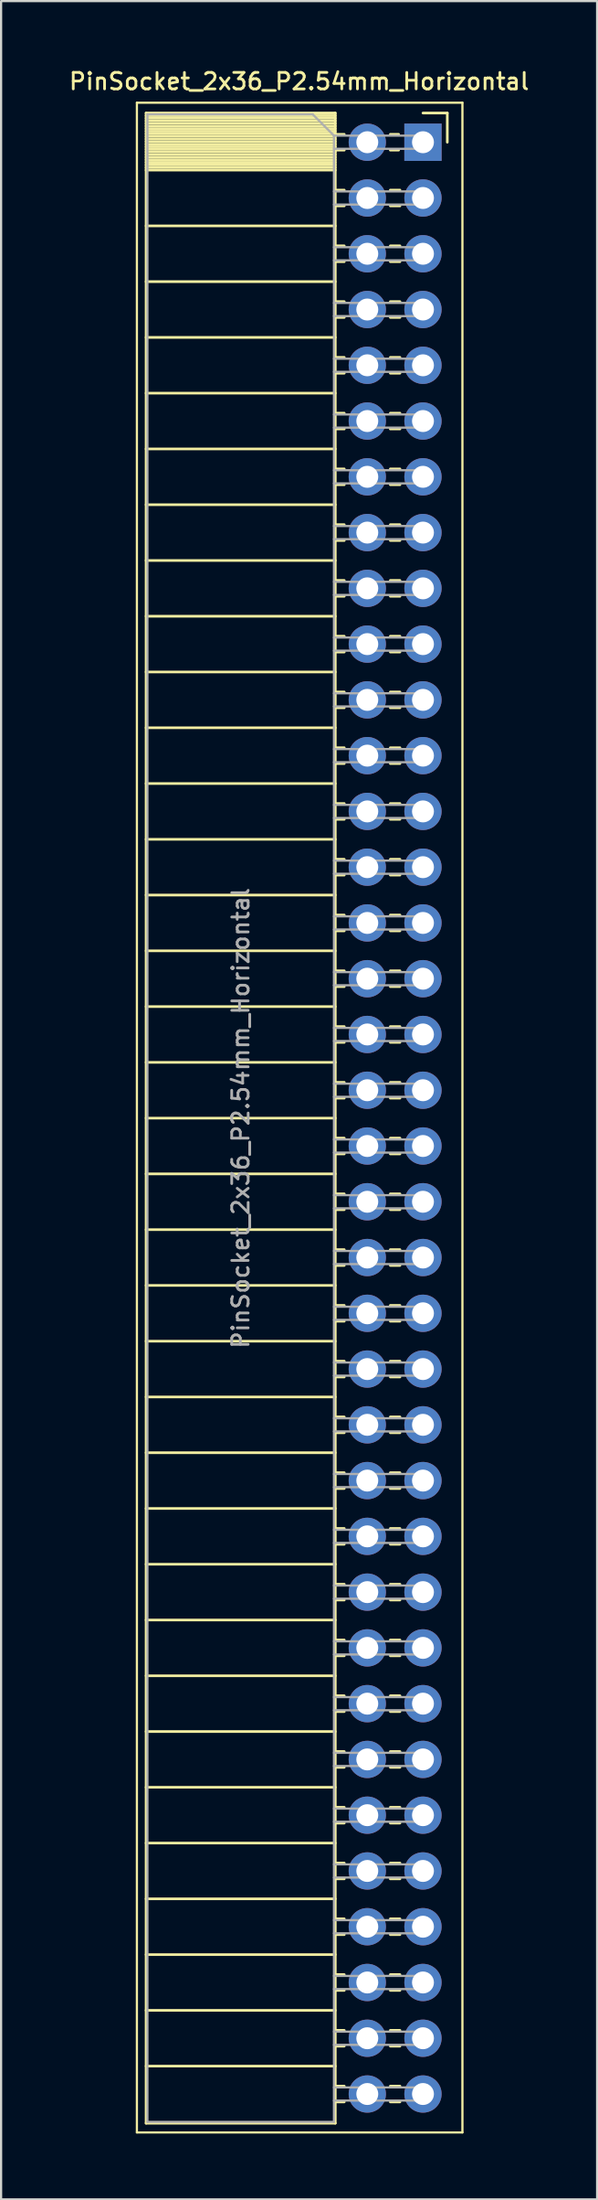
<source format=kicad_pcb>
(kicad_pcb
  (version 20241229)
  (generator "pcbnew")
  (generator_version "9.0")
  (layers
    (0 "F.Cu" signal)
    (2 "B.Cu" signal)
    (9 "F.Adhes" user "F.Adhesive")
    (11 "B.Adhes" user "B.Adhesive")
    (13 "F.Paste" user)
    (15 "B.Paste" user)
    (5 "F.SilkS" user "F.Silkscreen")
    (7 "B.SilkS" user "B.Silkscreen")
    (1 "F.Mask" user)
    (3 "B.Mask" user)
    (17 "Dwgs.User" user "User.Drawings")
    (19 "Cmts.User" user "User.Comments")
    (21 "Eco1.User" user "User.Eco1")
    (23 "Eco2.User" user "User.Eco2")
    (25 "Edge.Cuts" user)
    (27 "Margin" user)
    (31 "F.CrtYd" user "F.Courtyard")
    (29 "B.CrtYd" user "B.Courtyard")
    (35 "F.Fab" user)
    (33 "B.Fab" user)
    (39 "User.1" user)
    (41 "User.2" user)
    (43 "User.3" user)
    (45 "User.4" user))
  (footprint "PinSocket_2x36_P2.54mm_Horizontal"
    (layer "F.Cu")
    (at 16.245 3.428)
    (property "Reference" "PinSocket_2x36_P2.54mm_Horizontal" (at -5.65 -2.77 0) (layer "F.SilkS") (effects (font (size 0.75 0.75) (thickness 0.125))))
    (attr through_hole)
    (fp_line (start -13.05 -1.8) (end -13.05 90.65) (stroke (width 0.1) (type solid)) (layer "F.SilkS"))
    (fp_line (start -13.05 90.65) (end 1.8 90.65) (stroke (width 0.1) (type solid)) (layer "F.SilkS"))
    (fp_line (start -12.63 -1.33) (end -12.63 90.23) (stroke (width 0.12) (type solid)) (layer "F.SilkS"))
    (fp_line (start -12.63 -1.33) (end -4 -1.33) (stroke (width 0.12) (type solid)) (layer "F.SilkS"))
    (fp_line (start -12.63 -1.21) (end -4 -1.21) (stroke (width 0.12) (type solid)) (layer "F.SilkS"))
    (fp_line (start -12.63 -1.092) (end -4 -1.092) (stroke (width 0.12) (type solid)) (layer "F.SilkS"))
    (fp_line (start -12.63 -0.974) (end -4 -0.974) (stroke (width 0.12) (type solid)) (layer "F.SilkS"))
    (fp_line (start -12.63 -0.856) (end -4 -0.856) (stroke (width 0.12) (type solid)) (layer "F.SilkS"))
    (fp_line (start -12.63 -0.738) (end -4 -0.738) (stroke (width 0.12) (type solid)) (layer "F.SilkS"))
    (fp_line (start -12.63 -0.62) (end -4 -0.62) (stroke (width 0.12) (type solid)) (layer "F.SilkS"))
    (fp_line (start -12.63 -0.501) (end -4 -0.501) (stroke (width 0.12) (type solid)) (layer "F.SilkS"))
    (fp_line (start -12.63 -0.383) (end -4 -0.383) (stroke (width 0.12) (type solid)) (layer "F.SilkS"))
    (fp_line (start -12.63 -0.265) (end -4 -0.265) (stroke (width 0.12) (type solid)) (layer "F.SilkS"))
    (fp_line (start -12.63 -0.147) (end -4 -0.147) (stroke (width 0.12) (type solid)) (layer "F.SilkS"))
    (fp_line (start -12.63 -0.029) (end -4 -0.029) (stroke (width 0.12) (type solid)) (layer "F.SilkS"))
    (fp_line (start -12.63 0.089) (end -4 0.089) (stroke (width 0.12) (type solid)) (layer "F.SilkS"))
    (fp_line (start -12.63 0.207) (end -4 0.207) (stroke (width 0.12) (type solid)) (layer "F.SilkS"))
    (fp_line (start -12.63 0.325) (end -4 0.325) (stroke (width 0.12) (type solid)) (layer "F.SilkS"))
    (fp_line (start -12.63 0.443) (end -4 0.443) (stroke (width 0.12) (type solid)) (layer "F.SilkS"))
    (fp_line (start -12.63 0.561) (end -4 0.561) (stroke (width 0.12) (type solid)) (layer "F.SilkS"))
    (fp_line (start -12.63 0.68) (end -4 0.68) (stroke (width 0.12) (type solid)) (layer "F.SilkS"))
    (fp_line (start -12.63 0.798) (end -4 0.798) (stroke (width 0.12) (type solid)) (layer "F.SilkS"))
    (fp_line (start -12.63 0.916) (end -4 0.916) (stroke (width 0.12) (type solid)) (layer "F.SilkS"))
    (fp_line (start -12.63 1.034) (end -4 1.034) (stroke (width 0.12) (type solid)) (layer "F.SilkS"))
    (fp_line (start -12.63 1.152) (end -4 1.152) (stroke (width 0.12) (type solid)) (layer "F.SilkS"))
    (fp_line (start -12.63 1.27) (end -4 1.27) (stroke (width 0.12) (type solid)) (layer "F.SilkS"))
    (fp_line (start -12.63 3.81) (end -4 3.81) (stroke (width 0.12) (type solid)) (layer "F.SilkS"))
    (fp_line (start -12.63 6.35) (end -4 6.35) (stroke (width 0.12) (type solid)) (layer "F.SilkS"))
    (fp_line (start -12.63 8.89) (end -4 8.89) (stroke (width 0.12) (type solid)) (layer "F.SilkS"))
    (fp_line (start -12.63 11.43) (end -4 11.43) (stroke (width 0.12) (type solid)) (layer "F.SilkS"))
    (fp_line (start -12.63 13.97) (end -4 13.97) (stroke (width 0.12) (type solid)) (layer "F.SilkS"))
    (fp_line (start -12.63 16.51) (end -4 16.51) (stroke (width 0.12) (type solid)) (layer "F.SilkS"))
    (fp_line (start -12.63 19.05) (end -4 19.05) (stroke (width 0.12) (type solid)) (layer "F.SilkS"))
    (fp_line (start -12.63 21.59) (end -4 21.59) (stroke (width 0.12) (type solid)) (layer "F.SilkS"))
    (fp_line (start -12.63 24.13) (end -4 24.13) (stroke (width 0.12) (type solid)) (layer "F.SilkS"))
    (fp_line (start -12.63 26.67) (end -4 26.67) (stroke (width 0.12) (type solid)) (layer "F.SilkS"))
    (fp_line (start -12.63 29.21) (end -4 29.21) (stroke (width 0.12) (type solid)) (layer "F.SilkS"))
    (fp_line (start -12.63 31.75) (end -4 31.75) (stroke (width 0.12) (type solid)) (layer "F.SilkS"))
    (fp_line (start -12.63 34.29) (end -4 34.29) (stroke (width 0.12) (type solid)) (layer "F.SilkS"))
    (fp_line (start -12.63 36.83) (end -4 36.83) (stroke (width 0.12) (type solid)) (layer "F.SilkS"))
    (fp_line (start -12.63 39.37) (end -4 39.37) (stroke (width 0.12) (type solid)) (layer "F.SilkS"))
    (fp_line (start -12.63 41.91) (end -4 41.91) (stroke (width 0.12) (type solid)) (layer "F.SilkS"))
    (fp_line (start -12.63 44.45) (end -4 44.45) (stroke (width 0.12) (type solid)) (layer "F.SilkS"))
    (fp_line (start -12.63 46.99) (end -4 46.99) (stroke (width 0.12) (type solid)) (layer "F.SilkS"))
    (fp_line (start -12.63 49.53) (end -4 49.53) (stroke (width 0.12) (type solid)) (layer "F.SilkS"))
    (fp_line (start -12.63 52.07) (end -4 52.07) (stroke (width 0.12) (type solid)) (layer "F.SilkS"))
    (fp_line (start -12.63 54.61) (end -4 54.61) (stroke (width 0.12) (type solid)) (layer "F.SilkS"))
    (fp_line (start -12.63 57.15) (end -4 57.15) (stroke (width 0.12) (type solid)) (layer "F.SilkS"))
    (fp_line (start -12.63 59.69) (end -4 59.69) (stroke (width 0.12) (type solid)) (layer "F.SilkS"))
    (fp_line (start -12.63 62.23) (end -4 62.23) (stroke (width 0.12) (type solid)) (layer "F.SilkS"))
    (fp_line (start -12.63 64.77) (end -4 64.77) (stroke (width 0.12) (type solid)) (layer "F.SilkS"))
    (fp_line (start -12.63 67.31) (end -4 67.31) (stroke (width 0.12) (type solid)) (layer "F.SilkS"))
    (fp_line (start -12.63 69.85) (end -4 69.85) (stroke (width 0.12) (type solid)) (layer "F.SilkS"))
    (fp_line (start -12.63 72.39) (end -4 72.39) (stroke (width 0.12) (type solid)) (layer "F.SilkS"))
    (fp_line (start -12.63 74.93) (end -4 74.93) (stroke (width 0.12) (type solid)) (layer "F.SilkS"))
    (fp_line (start -12.63 77.47) (end -4 77.47) (stroke (width 0.12) (type solid)) (layer "F.SilkS"))
    (fp_line (start -12.63 80.01) (end -4 80.01) (stroke (width 0.12) (type solid)) (layer "F.SilkS"))
    (fp_line (start -12.63 82.55) (end -4 82.55) (stroke (width 0.12) (type solid)) (layer "F.SilkS"))
    (fp_line (start -12.63 85.09) (end -4 85.09) (stroke (width 0.12) (type solid)) (layer "F.SilkS"))
    (fp_line (start -12.63 87.63) (end -4 87.63) (stroke (width 0.12) (type solid)) (layer "F.SilkS"))
    (fp_line (start -12.63 90.23) (end -4 90.23) (stroke (width 0.12) (type solid)) (layer "F.SilkS"))
    (fp_line (start -4 -1.33) (end -4 90.23) (stroke (width 0.12) (type solid)) (layer "F.SilkS"))
    (fp_line (start -4 -0.36) (end -3.59 -0.36) (stroke (width 0.12) (type solid)) (layer "F.SilkS"))
    (fp_line (start -4 0.36) (end -3.59 0.36) (stroke (width 0.12) (type solid)) (layer "F.SilkS"))
    (fp_line (start -4 2.18) (end -3.59 2.18) (stroke (width 0.12) (type solid)) (layer "F.SilkS"))
    (fp_line (start -4 2.9) (end -3.59 2.9) (stroke (width 0.12) (type solid)) (layer "F.SilkS"))
    (fp_line (start -4 4.72) (end -3.59 4.72) (stroke (width 0.12) (type solid)) (layer "F.SilkS"))
    (fp_line (start -4 5.44) (end -3.59 5.44) (stroke (width 0.12) (type solid)) (layer "F.SilkS"))
    (fp_line (start -4 7.26) (end -3.59 7.26) (stroke (width 0.12) (type solid)) (layer "F.SilkS"))
    (fp_line (start -4 7.98) (end -3.59 7.98) (stroke (width 0.12) (type solid)) (layer "F.SilkS"))
    (fp_line (start -4 9.8) (end -3.59 9.8) (stroke (width 0.12) (type solid)) (layer "F.SilkS"))
    (fp_line (start -4 10.52) (end -3.59 10.52) (stroke (width 0.12) (type solid)) (layer "F.SilkS"))
    (fp_line (start -4 12.34) (end -3.59 12.34) (stroke (width 0.12) (type solid)) (layer "F.SilkS"))
    (fp_line (start -4 13.06) (end -3.59 13.06) (stroke (width 0.12) (type solid)) (layer "F.SilkS"))
    (fp_line (start -4 14.88) (end -3.59 14.88) (stroke (width 0.12) (type solid)) (layer "F.SilkS"))
    (fp_line (start -4 15.6) (end -3.59 15.6) (stroke (width 0.12) (type solid)) (layer "F.SilkS"))
    (fp_line (start -4 17.42) (end -3.59 17.42) (stroke (width 0.12) (type solid)) (layer "F.SilkS"))
    (fp_line (start -4 18.14) (end -3.59 18.14) (stroke (width 0.12) (type solid)) (layer "F.SilkS"))
    (fp_line (start -4 19.96) (end -3.59 19.96) (stroke (width 0.12) (type solid)) (layer "F.SilkS"))
    (fp_line (start -4 20.68) (end -3.59 20.68) (stroke (width 0.12) (type solid)) (layer "F.SilkS"))
    (fp_line (start -4 22.5) (end -3.59 22.5) (stroke (width 0.12) (type solid)) (layer "F.SilkS"))
    (fp_line (start -4 23.22) (end -3.59 23.22) (stroke (width 0.12) (type solid)) (layer "F.SilkS"))
    (fp_line (start -4 25.04) (end -3.59 25.04) (stroke (width 0.12) (type solid)) (layer "F.SilkS"))
    (fp_line (start -4 25.76) (end -3.59 25.76) (stroke (width 0.12) (type solid)) (layer "F.SilkS"))
    (fp_line (start -4 27.58) (end -3.59 27.58) (stroke (width 0.12) (type solid)) (layer "F.SilkS"))
    (fp_line (start -4 28.3) (end -3.59 28.3) (stroke (width 0.12) (type solid)) (layer "F.SilkS"))
    (fp_line (start -4 30.12) (end -3.59 30.12) (stroke (width 0.12) (type solid)) (layer "F.SilkS"))
    (fp_line (start -4 30.84) (end -3.59 30.84) (stroke (width 0.12) (type solid)) (layer "F.SilkS"))
    (fp_line (start -4 32.66) (end -3.59 32.66) (stroke (width 0.12) (type solid)) (layer "F.SilkS"))
    (fp_line (start -4 33.38) (end -3.59 33.38) (stroke (width 0.12) (type solid)) (layer "F.SilkS"))
    (fp_line (start -4 35.2) (end -3.59 35.2) (stroke (width 0.12) (type solid)) (layer "F.SilkS"))
    (fp_line (start -4 35.92) (end -3.59 35.92) (stroke (width 0.12) (type solid)) (layer "F.SilkS"))
    (fp_line (start -4 37.74) (end -3.59 37.74) (stroke (width 0.12) (type solid)) (layer "F.SilkS"))
    (fp_line (start -4 38.46) (end -3.59 38.46) (stroke (width 0.12) (type solid)) (layer "F.SilkS"))
    (fp_line (start -4 40.28) (end -3.59 40.28) (stroke (width 0.12) (type solid)) (layer "F.SilkS"))
    (fp_line (start -4 41) (end -3.59 41) (stroke (width 0.12) (type solid)) (layer "F.SilkS"))
    (fp_line (start -4 42.82) (end -3.59 42.82) (stroke (width 0.12) (type solid)) (layer "F.SilkS"))
    (fp_line (start -4 43.54) (end -3.59 43.54) (stroke (width 0.12) (type solid)) (layer "F.SilkS"))
    (fp_line (start -4 45.36) (end -3.59 45.36) (stroke (width 0.12) (type solid)) (layer "F.SilkS"))
    (fp_line (start -4 46.08) (end -3.59 46.08) (stroke (width 0.12) (type solid)) (layer "F.SilkS"))
    (fp_line (start -4 47.9) (end -3.59 47.9) (stroke (width 0.12) (type solid)) (layer "F.SilkS"))
    (fp_line (start -4 48.62) (end -3.59 48.62) (stroke (width 0.12) (type solid)) (layer "F.SilkS"))
    (fp_line (start -4 50.44) (end -3.59 50.44) (stroke (width 0.12) (type solid)) (layer "F.SilkS"))
    (fp_line (start -4 51.16) (end -3.59 51.16) (stroke (width 0.12) (type solid)) (layer "F.SilkS"))
    (fp_line (start -4 52.98) (end -3.59 52.98) (stroke (width 0.12) (type solid)) (layer "F.SilkS"))
    (fp_line (start -4 53.7) (end -3.59 53.7) (stroke (width 0.12) (type solid)) (layer "F.SilkS"))
    (fp_line (start -4 55.52) (end -3.59 55.52) (stroke (width 0.12) (type solid)) (layer "F.SilkS"))
    (fp_line (start -4 56.24) (end -3.59 56.24) (stroke (width 0.12) (type solid)) (layer "F.SilkS"))
    (fp_line (start -4 58.06) (end -3.59 58.06) (stroke (width 0.12) (type solid)) (layer "F.SilkS"))
    (fp_line (start -4 58.78) (end -3.59 58.78) (stroke (width 0.12) (type solid)) (layer "F.SilkS"))
    (fp_line (start -4 60.6) (end -3.59 60.6) (stroke (width 0.12) (type solid)) (layer "F.SilkS"))
    (fp_line (start -4 61.32) (end -3.59 61.32) (stroke (width 0.12) (type solid)) (layer "F.SilkS"))
    (fp_line (start -4 63.14) (end -3.59 63.14) (stroke (width 0.12) (type solid)) (layer "F.SilkS"))
    (fp_line (start -4 63.86) (end -3.59 63.86) (stroke (width 0.12) (type solid)) (layer "F.SilkS"))
    (fp_line (start -4 65.68) (end -3.59 65.68) (stroke (width 0.12) (type solid)) (layer "F.SilkS"))
    (fp_line (start -4 66.4) (end -3.59 66.4) (stroke (width 0.12) (type solid)) (layer "F.SilkS"))
    (fp_line (start -4 68.22) (end -3.59 68.22) (stroke (width 0.12) (type solid)) (layer "F.SilkS"))
    (fp_line (start -4 68.94) (end -3.59 68.94) (stroke (width 0.12) (type solid)) (layer "F.SilkS"))
    (fp_line (start -4 70.76) (end -3.59 70.76) (stroke (width 0.12) (type solid)) (layer "F.SilkS"))
    (fp_line (start -4 71.48) (end -3.59 71.48) (stroke (width 0.12) (type solid)) (layer "F.SilkS"))
    (fp_line (start -4 73.3) (end -3.59 73.3) (stroke (width 0.12) (type solid)) (layer "F.SilkS"))
    (fp_line (start -4 74.02) (end -3.59 74.02) (stroke (width 0.12) (type solid)) (layer "F.SilkS"))
    (fp_line (start -4 75.84) (end -3.59 75.84) (stroke (width 0.12) (type solid)) (layer "F.SilkS"))
    (fp_line (start -4 76.56) (end -3.59 76.56) (stroke (width 0.12) (type solid)) (layer "F.SilkS"))
    (fp_line (start -4 78.38) (end -3.59 78.38) (stroke (width 0.12) (type solid)) (layer "F.SilkS"))
    (fp_line (start -4 79.1) (end -3.59 79.1) (stroke (width 0.12) (type solid)) (layer "F.SilkS"))
    (fp_line (start -4 80.92) (end -3.59 80.92) (stroke (width 0.12) (type solid)) (layer "F.SilkS"))
    (fp_line (start -4 81.64) (end -3.59 81.64) (stroke (width 0.12) (type solid)) (layer "F.SilkS"))
    (fp_line (start -4 83.46) (end -3.59 83.46) (stroke (width 0.12) (type solid)) (layer "F.SilkS"))
    (fp_line (start -4 84.18) (end -3.59 84.18) (stroke (width 0.12) (type solid)) (layer "F.SilkS"))
    (fp_line (start -4 86) (end -3.59 86) (stroke (width 0.12) (type solid)) (layer "F.SilkS"))
    (fp_line (start -4 86.72) (end -3.59 86.72) (stroke (width 0.12) (type solid)) (layer "F.SilkS"))
    (fp_line (start -4 88.54) (end -3.59 88.54) (stroke (width 0.12) (type solid)) (layer "F.SilkS"))
    (fp_line (start -4 89.26) (end -3.59 89.26) (stroke (width 0.12) (type solid)) (layer "F.SilkS"))
    (fp_line (start -1.49 -0.36) (end -1.11 -0.36) (stroke (width 0.12) (type solid)) (layer "F.SilkS"))
    (fp_line (start -1.49 0.36) (end -1.11 0.36) (stroke (width 0.12) (type solid)) (layer "F.SilkS"))
    (fp_line (start -1.49 2.18) (end -1.05 2.18) (stroke (width 0.12) (type solid)) (layer "F.SilkS"))
    (fp_line (start -1.49 2.9) (end -1.05 2.9) (stroke (width 0.12) (type solid)) (layer "F.SilkS"))
    (fp_line (start -1.49 4.72) (end -1.05 4.72) (stroke (width 0.12) (type solid)) (layer "F.SilkS"))
    (fp_line (start -1.49 5.44) (end -1.05 5.44) (stroke (width 0.12) (type solid)) (layer "F.SilkS"))
    (fp_line (start -1.49 7.26) (end -1.05 7.26) (stroke (width 0.12) (type solid)) (layer "F.SilkS"))
    (fp_line (start -1.49 7.98) (end -1.05 7.98) (stroke (width 0.12) (type solid)) (layer "F.SilkS"))
    (fp_line (start -1.49 9.8) (end -1.05 9.8) (stroke (width 0.12) (type solid)) (layer "F.SilkS"))
    (fp_line (start -1.49 10.52) (end -1.05 10.52) (stroke (width 0.12) (type solid)) (layer "F.SilkS"))
    (fp_line (start -1.49 12.34) (end -1.05 12.34) (stroke (width 0.12) (type solid)) (layer "F.SilkS"))
    (fp_line (start -1.49 13.06) (end -1.05 13.06) (stroke (width 0.12) (type solid)) (layer "F.SilkS"))
    (fp_line (start -1.49 14.88) (end -1.05 14.88) (stroke (width 0.12) (type solid)) (layer "F.SilkS"))
    (fp_line (start -1.49 15.6) (end -1.05 15.6) (stroke (width 0.12) (type solid)) (layer "F.SilkS"))
    (fp_line (start -1.49 17.42) (end -1.05 17.42) (stroke (width 0.12) (type solid)) (layer "F.SilkS"))
    (fp_line (start -1.49 18.14) (end -1.05 18.14) (stroke (width 0.12) (type solid)) (layer "F.SilkS"))
    (fp_line (start -1.49 19.96) (end -1.05 19.96) (stroke (width 0.12) (type solid)) (layer "F.SilkS"))
    (fp_line (start -1.49 20.68) (end -1.05 20.68) (stroke (width 0.12) (type solid)) (layer "F.SilkS"))
    (fp_line (start -1.49 22.5) (end -1.05 22.5) (stroke (width 0.12) (type solid)) (layer "F.SilkS"))
    (fp_line (start -1.49 23.22) (end -1.05 23.22) (stroke (width 0.12) (type solid)) (layer "F.SilkS"))
    (fp_line (start -1.49 25.04) (end -1.05 25.04) (stroke (width 0.12) (type solid)) (layer "F.SilkS"))
    (fp_line (start -1.49 25.76) (end -1.05 25.76) (stroke (width 0.12) (type solid)) (layer "F.SilkS"))
    (fp_line (start -1.49 27.58) (end -1.05 27.58) (stroke (width 0.12) (type solid)) (layer "F.SilkS"))
    (fp_line (start -1.49 28.3) (end -1.05 28.3) (stroke (width 0.12) (type solid)) (layer "F.SilkS"))
    (fp_line (start -1.49 30.12) (end -1.05 30.12) (stroke (width 0.12) (type solid)) (layer "F.SilkS"))
    (fp_line (start -1.49 30.84) (end -1.05 30.84) (stroke (width 0.12) (type solid)) (layer "F.SilkS"))
    (fp_line (start -1.49 32.66) (end -1.05 32.66) (stroke (width 0.12) (type solid)) (layer "F.SilkS"))
    (fp_line (start -1.49 33.38) (end -1.05 33.38) (stroke (width 0.12) (type solid)) (layer "F.SilkS"))
    (fp_line (start -1.49 35.2) (end -1.05 35.2) (stroke (width 0.12) (type solid)) (layer "F.SilkS"))
    (fp_line (start -1.49 35.92) (end -1.05 35.92) (stroke (width 0.12) (type solid)) (layer "F.SilkS"))
    (fp_line (start -1.49 37.74) (end -1.05 37.74) (stroke (width 0.12) (type solid)) (layer "F.SilkS"))
    (fp_line (start -1.49 38.46) (end -1.05 38.46) (stroke (width 0.12) (type solid)) (layer "F.SilkS"))
    (fp_line (start -1.49 40.28) (end -1.05 40.28) (stroke (width 0.12) (type solid)) (layer "F.SilkS"))
    (fp_line (start -1.49 41) (end -1.05 41) (stroke (width 0.12) (type solid)) (layer "F.SilkS"))
    (fp_line (start -1.49 42.82) (end -1.05 42.82) (stroke (width 0.12) (type solid)) (layer "F.SilkS"))
    (fp_line (start -1.49 43.54) (end -1.05 43.54) (stroke (width 0.12) (type solid)) (layer "F.SilkS"))
    (fp_line (start -1.49 45.36) (end -1.05 45.36) (stroke (width 0.12) (type solid)) (layer "F.SilkS"))
    (fp_line (start -1.49 46.08) (end -1.05 46.08) (stroke (width 0.12) (type solid)) (layer "F.SilkS"))
    (fp_line (start -1.49 47.9) (end -1.05 47.9) (stroke (width 0.12) (type solid)) (layer "F.SilkS"))
    (fp_line (start -1.49 48.62) (end -1.05 48.62) (stroke (width 0.12) (type solid)) (layer "F.SilkS"))
    (fp_line (start -1.49 50.44) (end -1.05 50.44) (stroke (width 0.12) (type solid)) (layer "F.SilkS"))
    (fp_line (start -1.49 51.16) (end -1.05 51.16) (stroke (width 0.12) (type solid)) (layer "F.SilkS"))
    (fp_line (start -1.49 52.98) (end -1.05 52.98) (stroke (width 0.12) (type solid)) (layer "F.SilkS"))
    (fp_line (start -1.49 53.7) (end -1.05 53.7) (stroke (width 0.12) (type solid)) (layer "F.SilkS"))
    (fp_line (start -1.49 55.52) (end -1.05 55.52) (stroke (width 0.12) (type solid)) (layer "F.SilkS"))
    (fp_line (start -1.49 56.24) (end -1.05 56.24) (stroke (width 0.12) (type solid)) (layer "F.SilkS"))
    (fp_line (start -1.49 58.06) (end -1.05 58.06) (stroke (width 0.12) (type solid)) (layer "F.SilkS"))
    (fp_line (start -1.49 58.78) (end -1.05 58.78) (stroke (width 0.12) (type solid)) (layer "F.SilkS"))
    (fp_line (start -1.49 60.6) (end -1.05 60.6) (stroke (width 0.12) (type solid)) (layer "F.SilkS"))
    (fp_line (start -1.49 61.32) (end -1.05 61.32) (stroke (width 0.12) (type solid)) (layer "F.SilkS"))
    (fp_line (start -1.49 63.14) (end -1.05 63.14) (stroke (width 0.12) (type solid)) (layer "F.SilkS"))
    (fp_line (start -1.49 63.86) (end -1.05 63.86) (stroke (width 0.12) (type solid)) (layer "F.SilkS"))
    (fp_line (start -1.49 65.68) (end -1.05 65.68) (stroke (width 0.12) (type solid)) (layer "F.SilkS"))
    (fp_line (start -1.49 66.4) (end -1.05 66.4) (stroke (width 0.12) (type solid)) (layer "F.SilkS"))
    (fp_line (start -1.49 68.22) (end -1.05 68.22) (stroke (width 0.12) (type solid)) (layer "F.SilkS"))
    (fp_line (start -1.49 68.94) (end -1.05 68.94) (stroke (width 0.12) (type solid)) (layer "F.SilkS"))
    (fp_line (start -1.49 70.76) (end -1.05 70.76) (stroke (width 0.12) (type solid)) (layer "F.SilkS"))
    (fp_line (start -1.49 71.48) (end -1.05 71.48) (stroke (width 0.12) (type solid)) (layer "F.SilkS"))
    (fp_line (start -1.49 73.3) (end -1.05 73.3) (stroke (width 0.12) (type solid)) (layer "F.SilkS"))
    (fp_line (start -1.49 74.02) (end -1.05 74.02) (stroke (width 0.12) (type solid)) (layer "F.SilkS"))
    (fp_line (start -1.49 75.84) (end -1.05 75.84) (stroke (width 0.12) (type solid)) (layer "F.SilkS"))
    (fp_line (start -1.49 76.56) (end -1.05 76.56) (stroke (width 0.12) (type solid)) (layer "F.SilkS"))
    (fp_line (start -1.49 78.38) (end -1.05 78.38) (stroke (width 0.12) (type solid)) (layer "F.SilkS"))
    (fp_line (start -1.49 79.1) (end -1.05 79.1) (stroke (width 0.12) (type solid)) (layer "F.SilkS"))
    (fp_line (start -1.49 80.92) (end -1.05 80.92) (stroke (width 0.12) (type solid)) (layer "F.SilkS"))
    (fp_line (start -1.49 81.64) (end -1.05 81.64) (stroke (width 0.12) (type solid)) (layer "F.SilkS"))
    (fp_line (start -1.49 83.46) (end -1.05 83.46) (stroke (width 0.12) (type solid)) (layer "F.SilkS"))
    (fp_line (start -1.49 84.18) (end -1.05 84.18) (stroke (width 0.12) (type solid)) (layer "F.SilkS"))
    (fp_line (start -1.49 86) (end -1.05 86) (stroke (width 0.12) (type solid)) (layer "F.SilkS"))
    (fp_line (start -1.49 86.72) (end -1.05 86.72) (stroke (width 0.12) (type solid)) (layer "F.SilkS"))
    (fp_line (start -1.49 88.54) (end -1.05 88.54) (stroke (width 0.12) (type solid)) (layer "F.SilkS"))
    (fp_line (start -1.49 89.26) (end -1.05 89.26) (stroke (width 0.12) (type solid)) (layer "F.SilkS"))
    (fp_line (start 0 -1.33) (end 1.11 -1.33) (stroke (width 0.12) (type solid)) (layer "F.SilkS"))
    (fp_line (start 1.11 -1.33) (end 1.11 0) (stroke (width 0.12) (type solid)) (layer "F.SilkS"))
    (fp_line (start 1.8 -1.8) (end -13.05 -1.8) (stroke (width 0.1) (type solid)) (layer "F.SilkS"))
    (fp_line (start 1.8 90.65) (end 1.8 -1.8) (stroke (width 0.1) (type solid)) (layer "F.SilkS"))
    (fp_line (start -12.57 -1.27) (end -5.03 -1.27) (stroke (width 0.1) (type solid)) (layer "F.Fab"))
    (fp_line (start -12.57 90.17) (end -12.57 -1.27) (stroke (width 0.1) (type solid)) (layer "F.Fab"))
    (fp_line (start -5.03 -1.27) (end -4.06 -0.3) (stroke (width 0.1) (type solid)) (layer "F.Fab"))
    (fp_line (start -4.06 -0.3) (end -4.06 90.17) (stroke (width 0.1) (type solid)) (layer "F.Fab"))
    (fp_line (start -4.06 0.3) (end 0 0.3) (stroke (width 0.1) (type solid)) (layer "F.Fab"))
    (fp_line (start -4.06 2.84) (end 0 2.84) (stroke (width 0.1) (type solid)) (layer "F.Fab"))
    (fp_line (start -4.06 5.38) (end 0 5.38) (stroke (width 0.1) (type solid)) (layer "F.Fab"))
    (fp_line (start -4.06 7.92) (end 0 7.92) (stroke (width 0.1) (type solid)) (layer "F.Fab"))
    (fp_line (start -4.06 10.46) (end 0 10.46) (stroke (width 0.1) (type solid)) (layer "F.Fab"))
    (fp_line (start -4.06 13) (end 0 13) (stroke (width 0.1) (type solid)) (layer "F.Fab"))
    (fp_line (start -4.06 15.54) (end 0 15.54) (stroke (width 0.1) (type solid)) (layer "F.Fab"))
    (fp_line (start -4.06 18.08) (end 0 18.08) (stroke (width 0.1) (type solid)) (layer "F.Fab"))
    (fp_line (start -4.06 20.62) (end 0 20.62) (stroke (width 0.1) (type solid)) (layer "F.Fab"))
    (fp_line (start -4.06 23.16) (end 0 23.16) (stroke (width 0.1) (type solid)) (layer "F.Fab"))
    (fp_line (start -4.06 25.7) (end 0 25.7) (stroke (width 0.1) (type solid)) (layer "F.Fab"))
    (fp_line (start -4.06 28.24) (end 0 28.24) (stroke (width 0.1) (type solid)) (layer "F.Fab"))
    (fp_line (start -4.06 30.78) (end 0 30.78) (stroke (width 0.1) (type solid)) (layer "F.Fab"))
    (fp_line (start -4.06 33.32) (end 0 33.32) (stroke (width 0.1) (type solid)) (layer "F.Fab"))
    (fp_line (start -4.06 35.86) (end 0 35.86) (stroke (width 0.1) (type solid)) (layer "F.Fab"))
    (fp_line (start -4.06 38.4) (end 0 38.4) (stroke (width 0.1) (type solid)) (layer "F.Fab"))
    (fp_line (start -4.06 40.94) (end 0 40.94) (stroke (width 0.1) (type solid)) (layer "F.Fab"))
    (fp_line (start -4.06 43.48) (end 0 43.48) (stroke (width 0.1) (type solid)) (layer "F.Fab"))
    (fp_line (start -4.06 46.02) (end 0 46.02) (stroke (width 0.1) (type solid)) (layer "F.Fab"))
    (fp_line (start -4.06 48.56) (end 0 48.56) (stroke (width 0.1) (type solid)) (layer "F.Fab"))
    (fp_line (start -4.06 51.1) (end 0 51.1) (stroke (width 0.1) (type solid)) (layer "F.Fab"))
    (fp_line (start -4.06 53.64) (end 0 53.64) (stroke (width 0.1) (type solid)) (layer "F.Fab"))
    (fp_line (start -4.06 56.18) (end 0 56.18) (stroke (width 0.1) (type solid)) (layer "F.Fab"))
    (fp_line (start -4.06 58.72) (end 0 58.72) (stroke (width 0.1) (type solid)) (layer "F.Fab"))
    (fp_line (start -4.06 61.26) (end 0 61.26) (stroke (width 0.1) (type solid)) (layer "F.Fab"))
    (fp_line (start -4.06 63.8) (end 0 63.8) (stroke (width 0.1) (type solid)) (layer "F.Fab"))
    (fp_line (start -4.06 66.34) (end 0 66.34) (stroke (width 0.1) (type solid)) (layer "F.Fab"))
    (fp_line (start -4.06 68.88) (end 0 68.88) (stroke (width 0.1) (type solid)) (layer "F.Fab"))
    (fp_line (start -4.06 71.42) (end 0 71.42) (stroke (width 0.1) (type solid)) (layer "F.Fab"))
    (fp_line (start -4.06 73.96) (end 0 73.96) (stroke (width 0.1) (type solid)) (layer "F.Fab"))
    (fp_line (start -4.06 76.5) (end 0 76.5) (stroke (width 0.1) (type solid)) (layer "F.Fab"))
    (fp_line (start -4.06 79.04) (end 0 79.04) (stroke (width 0.1) (type solid)) (layer "F.Fab"))
    (fp_line (start -4.06 81.58) (end 0 81.58) (stroke (width 0.1) (type solid)) (layer "F.Fab"))
    (fp_line (start -4.06 84.12) (end 0 84.12) (stroke (width 0.1) (type solid)) (layer "F.Fab"))
    (fp_line (start -4.06 86.66) (end 0 86.66) (stroke (width 0.1) (type solid)) (layer "F.Fab"))
    (fp_line (start -4.06 89.2) (end 0 89.2) (stroke (width 0.1) (type solid)) (layer "F.Fab"))
    (fp_line (start -4.06 90.17) (end -12.57 90.17) (stroke (width 0.1) (type solid)) (layer "F.Fab"))
    (fp_line (start 0 -0.3) (end -4.06 -0.3) (stroke (width 0.1) (type solid)) (layer "F.Fab"))
    (fp_line (start 0 0.3) (end 0 -0.3) (stroke (width 0.1) (type solid)) (layer "F.Fab"))
    (fp_line (start 0 2.24) (end -4.06 2.24) (stroke (width 0.1) (type solid)) (layer "F.Fab"))
    (fp_line (start 0 2.84) (end 0 2.24) (stroke (width 0.1) (type solid)) (layer "F.Fab"))
    (fp_line (start 0 4.78) (end -4.06 4.78) (stroke (width 0.1) (type solid)) (layer "F.Fab"))
    (fp_line (start 0 5.38) (end 0 4.78) (stroke (width 0.1) (type solid)) (layer "F.Fab"))
    (fp_line (start 0 7.32) (end -4.06 7.32) (stroke (width 0.1) (type solid)) (layer "F.Fab"))
    (fp_line (start 0 7.92) (end 0 7.32) (stroke (width 0.1) (type solid)) (layer "F.Fab"))
    (fp_line (start 0 9.86) (end -4.06 9.86) (stroke (width 0.1) (type solid)) (layer "F.Fab"))
    (fp_line (start 0 10.46) (end 0 9.86) (stroke (width 0.1) (type solid)) (layer "F.Fab"))
    (fp_line (start 0 12.4) (end -4.06 12.4) (stroke (width 0.1) (type solid)) (layer "F.Fab"))
    (fp_line (start 0 13) (end 0 12.4) (stroke (width 0.1) (type solid)) (layer "F.Fab"))
    (fp_line (start 0 14.94) (end -4.06 14.94) (stroke (width 0.1) (type solid)) (layer "F.Fab"))
    (fp_line (start 0 15.54) (end 0 14.94) (stroke (width 0.1) (type solid)) (layer "F.Fab"))
    (fp_line (start 0 17.48) (end -4.06 17.48) (stroke (width 0.1) (type solid)) (layer "F.Fab"))
    (fp_line (start 0 18.08) (end 0 17.48) (stroke (width 0.1) (type solid)) (layer "F.Fab"))
    (fp_line (start 0 20.02) (end -4.06 20.02) (stroke (width 0.1) (type solid)) (layer "F.Fab"))
    (fp_line (start 0 20.62) (end 0 20.02) (stroke (width 0.1) (type solid)) (layer "F.Fab"))
    (fp_line (start 0 22.56) (end -4.06 22.56) (stroke (width 0.1) (type solid)) (layer "F.Fab"))
    (fp_line (start 0 23.16) (end 0 22.56) (stroke (width 0.1) (type solid)) (layer "F.Fab"))
    (fp_line (start 0 25.1) (end -4.06 25.1) (stroke (width 0.1) (type solid)) (layer "F.Fab"))
    (fp_line (start 0 25.7) (end 0 25.1) (stroke (width 0.1) (type solid)) (layer "F.Fab"))
    (fp_line (start 0 27.64) (end -4.06 27.64) (stroke (width 0.1) (type solid)) (layer "F.Fab"))
    (fp_line (start 0 28.24) (end 0 27.64) (stroke (width 0.1) (type solid)) (layer "F.Fab"))
    (fp_line (start 0 30.18) (end -4.06 30.18) (stroke (width 0.1) (type solid)) (layer "F.Fab"))
    (fp_line (start 0 30.78) (end 0 30.18) (stroke (width 0.1) (type solid)) (layer "F.Fab"))
    (fp_line (start 0 32.72) (end -4.06 32.72) (stroke (width 0.1) (type solid)) (layer "F.Fab"))
    (fp_line (start 0 33.32) (end 0 32.72) (stroke (width 0.1) (type solid)) (layer "F.Fab"))
    (fp_line (start 0 35.26) (end -4.06 35.26) (stroke (width 0.1) (type solid)) (layer "F.Fab"))
    (fp_line (start 0 35.86) (end 0 35.26) (stroke (width 0.1) (type solid)) (layer "F.Fab"))
    (fp_line (start 0 37.8) (end -4.06 37.8) (stroke (width 0.1) (type solid)) (layer "F.Fab"))
    (fp_line (start 0 38.4) (end 0 37.8) (stroke (width 0.1) (type solid)) (layer "F.Fab"))
    (fp_line (start 0 40.34) (end -4.06 40.34) (stroke (width 0.1) (type solid)) (layer "F.Fab"))
    (fp_line (start 0 40.94) (end 0 40.34) (stroke (width 0.1) (type solid)) (layer "F.Fab"))
    (fp_line (start 0 42.88) (end -4.06 42.88) (stroke (width 0.1) (type solid)) (layer "F.Fab"))
    (fp_line (start 0 43.48) (end 0 42.88) (stroke (width 0.1) (type solid)) (layer "F.Fab"))
    (fp_line (start 0 45.42) (end -4.06 45.42) (stroke (width 0.1) (type solid)) (layer "F.Fab"))
    (fp_line (start 0 46.02) (end 0 45.42) (stroke (width 0.1) (type solid)) (layer "F.Fab"))
    (fp_line (start 0 47.96) (end -4.06 47.96) (stroke (width 0.1) (type solid)) (layer "F.Fab"))
    (fp_line (start 0 48.56) (end 0 47.96) (stroke (width 0.1) (type solid)) (layer "F.Fab"))
    (fp_line (start 0 50.5) (end -4.06 50.5) (stroke (width 0.1) (type solid)) (layer "F.Fab"))
    (fp_line (start 0 51.1) (end 0 50.5) (stroke (width 0.1) (type solid)) (layer "F.Fab"))
    (fp_line (start 0 53.04) (end -4.06 53.04) (stroke (width 0.1) (type solid)) (layer "F.Fab"))
    (fp_line (start 0 53.64) (end 0 53.04) (stroke (width 0.1) (type solid)) (layer "F.Fab"))
    (fp_line (start 0 55.58) (end -4.06 55.58) (stroke (width 0.1) (type solid)) (layer "F.Fab"))
    (fp_line (start 0 56.18) (end 0 55.58) (stroke (width 0.1) (type solid)) (layer "F.Fab"))
    (fp_line (start 0 58.12) (end -4.06 58.12) (stroke (width 0.1) (type solid)) (layer "F.Fab"))
    (fp_line (start 0 58.72) (end 0 58.12) (stroke (width 0.1) (type solid)) (layer "F.Fab"))
    (fp_line (start 0 60.66) (end -4.06 60.66) (stroke (width 0.1) (type solid)) (layer "F.Fab"))
    (fp_line (start 0 61.26) (end 0 60.66) (stroke (width 0.1) (type solid)) (layer "F.Fab"))
    (fp_line (start 0 63.2) (end -4.06 63.2) (stroke (width 0.1) (type solid)) (layer "F.Fab"))
    (fp_line (start 0 63.8) (end 0 63.2) (stroke (width 0.1) (type solid)) (layer "F.Fab"))
    (fp_line (start 0 65.74) (end -4.06 65.74) (stroke (width 0.1) (type solid)) (layer "F.Fab"))
    (fp_line (start 0 66.34) (end 0 65.74) (stroke (width 0.1) (type solid)) (layer "F.Fab"))
    (fp_line (start 0 68.28) (end -4.06 68.28) (stroke (width 0.1) (type solid)) (layer "F.Fab"))
    (fp_line (start 0 68.88) (end 0 68.28) (stroke (width 0.1) (type solid)) (layer "F.Fab"))
    (fp_line (start 0 70.82) (end -4.06 70.82) (stroke (width 0.1) (type solid)) (layer "F.Fab"))
    (fp_line (start 0 71.42) (end 0 70.82) (stroke (width 0.1) (type solid)) (layer "F.Fab"))
    (fp_line (start 0 73.36) (end -4.06 73.36) (stroke (width 0.1) (type solid)) (layer "F.Fab"))
    (fp_line (start 0 73.96) (end 0 73.36) (stroke (width 0.1) (type solid)) (layer "F.Fab"))
    (fp_line (start 0 75.9) (end -4.06 75.9) (stroke (width 0.1) (type solid)) (layer "F.Fab"))
    (fp_line (start 0 76.5) (end 0 75.9) (stroke (width 0.1) (type solid)) (layer "F.Fab"))
    (fp_line (start 0 78.44) (end -4.06 78.44) (stroke (width 0.1) (type solid)) (layer "F.Fab"))
    (fp_line (start 0 79.04) (end 0 78.44) (stroke (width 0.1) (type solid)) (layer "F.Fab"))
    (fp_line (start 0 80.98) (end -4.06 80.98) (stroke (width 0.1) (type solid)) (layer "F.Fab"))
    (fp_line (start 0 81.58) (end 0 80.98) (stroke (width 0.1) (type solid)) (layer "F.Fab"))
    (fp_line (start 0 83.52) (end -4.06 83.52) (stroke (width 0.1) (type solid)) (layer "F.Fab"))
    (fp_line (start 0 84.12) (end 0 83.52) (stroke (width 0.1) (type solid)) (layer "F.Fab"))
    (fp_line (start 0 86.06) (end -4.06 86.06) (stroke (width 0.1) (type solid)) (layer "F.Fab"))
    (fp_line (start 0 86.66) (end 0 86.06) (stroke (width 0.1) (type solid)) (layer "F.Fab"))
    (fp_line (start 0 88.6) (end -4.06 88.6) (stroke (width 0.1) (type solid)) (layer "F.Fab"))
    (fp_line (start 0 89.2) (end 0 88.6) (stroke (width 0.1) (type solid)) (layer "F.Fab"))
    (fp_text user "${REFERENCE}" (at -8.315 44.45 90) (layer "F.Fab") (effects (font (size 0.75 0.75) (thickness 0.125))))
    (pad "1" thru_hole rect (at 0 0) (size 1.7 1.7) (drill 1) (layers "*.Cu" "*.Mask"))
    (pad "2" thru_hole oval (at -2.54 0) (size 1.7 1.7) (drill 1) (layers "*.Cu" "*.Mask"))
    (pad "3" thru_hole oval (at 0 2.54) (size 1.7 1.7) (drill 1) (layers "*.Cu" "*.Mask"))
    (pad "4" thru_hole oval (at -2.54 2.54) (size 1.7 1.7) (drill 1) (layers "*.Cu" "*.Mask"))
    (pad "5" thru_hole oval (at 0 5.08) (size 1.7 1.7) (drill 1) (layers "*.Cu" "*.Mask"))
    (pad "6" thru_hole oval (at -2.54 5.08) (size 1.7 1.7) (drill 1) (layers "*.Cu" "*.Mask"))
    (pad "7" thru_hole oval (at 0 7.62) (size 1.7 1.7) (drill 1) (layers "*.Cu" "*.Mask"))
    (pad "8" thru_hole oval (at -2.54 7.62) (size 1.7 1.7) (drill 1) (layers "*.Cu" "*.Mask"))
    (pad "9" thru_hole oval (at 0 10.16) (size 1.7 1.7) (drill 1) (layers "*.Cu" "*.Mask"))
    (pad "10" thru_hole oval (at -2.54 10.16) (size 1.7 1.7) (drill 1) (layers "*.Cu" "*.Mask"))
    (pad "11" thru_hole oval (at 0 12.7) (size 1.7 1.7) (drill 1) (layers "*.Cu" "*.Mask"))
    (pad "12" thru_hole oval (at -2.54 12.7) (size 1.7 1.7) (drill 1) (layers "*.Cu" "*.Mask"))
    (pad "13" thru_hole oval (at 0 15.24) (size 1.7 1.7) (drill 1) (layers "*.Cu" "*.Mask"))
    (pad "14" thru_hole oval (at -2.54 15.24) (size 1.7 1.7) (drill 1) (layers "*.Cu" "*.Mask"))
    (pad "15" thru_hole oval (at 0 17.78) (size 1.7 1.7) (drill 1) (layers "*.Cu" "*.Mask"))
    (pad "16" thru_hole oval (at -2.54 17.78) (size 1.7 1.7) (drill 1) (layers "*.Cu" "*.Mask"))
    (pad "17" thru_hole oval (at 0 20.32) (size 1.7 1.7) (drill 1) (layers "*.Cu" "*.Mask"))
    (pad "18" thru_hole oval (at -2.54 20.32) (size 1.7 1.7) (drill 1) (layers "*.Cu" "*.Mask"))
    (pad "19" thru_hole oval (at 0 22.86) (size 1.7 1.7) (drill 1) (layers "*.Cu" "*.Mask"))
    (pad "20" thru_hole oval (at -2.54 22.86) (size 1.7 1.7) (drill 1) (layers "*.Cu" "*.Mask"))
    (pad "21" thru_hole oval (at 0 25.4) (size 1.7 1.7) (drill 1) (layers "*.Cu" "*.Mask"))
    (pad "22" thru_hole oval (at -2.54 25.4) (size 1.7 1.7) (drill 1) (layers "*.Cu" "*.Mask"))
    (pad "23" thru_hole oval (at 0 27.94) (size 1.7 1.7) (drill 1) (layers "*.Cu" "*.Mask"))
    (pad "24" thru_hole oval (at -2.54 27.94) (size 1.7 1.7) (drill 1) (layers "*.Cu" "*.Mask"))
    (pad "25" thru_hole oval (at 0 30.48) (size 1.7 1.7) (drill 1) (layers "*.Cu" "*.Mask"))
    (pad "26" thru_hole oval (at -2.54 30.48) (size 1.7 1.7) (drill 1) (layers "*.Cu" "*.Mask"))
    (pad "27" thru_hole oval (at 0 33.02) (size 1.7 1.7) (drill 1) (layers "*.Cu" "*.Mask"))
    (pad "28" thru_hole oval (at -2.54 33.02) (size 1.7 1.7) (drill 1) (layers "*.Cu" "*.Mask"))
    (pad "29" thru_hole oval (at 0 35.56) (size 1.7 1.7) (drill 1) (layers "*.Cu" "*.Mask"))
    (pad "30" thru_hole oval (at -2.54 35.56) (size 1.7 1.7) (drill 1) (layers "*.Cu" "*.Mask"))
    (pad "31" thru_hole oval (at 0 38.1) (size 1.7 1.7) (drill 1) (layers "*.Cu" "*.Mask"))
    (pad "32" thru_hole oval (at -2.54 38.1) (size 1.7 1.7) (drill 1) (layers "*.Cu" "*.Mask"))
    (pad "33" thru_hole oval (at 0 40.64) (size 1.7 1.7) (drill 1) (layers "*.Cu" "*.Mask"))
    (pad "34" thru_hole oval (at -2.54 40.64) (size 1.7 1.7) (drill 1) (layers "*.Cu" "*.Mask"))
    (pad "35" thru_hole oval (at 0 43.18) (size 1.7 1.7) (drill 1) (layers "*.Cu" "*.Mask"))
    (pad "36" thru_hole oval (at -2.54 43.18) (size 1.7 1.7) (drill 1) (layers "*.Cu" "*.Mask"))
    (pad "37" thru_hole oval (at 0 45.72) (size 1.7 1.7) (drill 1) (layers "*.Cu" "*.Mask"))
    (pad "38" thru_hole oval (at -2.54 45.72) (size 1.7 1.7) (drill 1) (layers "*.Cu" "*.Mask"))
    (pad "39" thru_hole oval (at 0 48.26) (size 1.7 1.7) (drill 1) (layers "*.Cu" "*.Mask"))
    (pad "40" thru_hole oval (at -2.54 48.26) (size 1.7 1.7) (drill 1) (layers "*.Cu" "*.Mask"))
    (pad "41" thru_hole oval (at 0 50.8) (size 1.7 1.7) (drill 1) (layers "*.Cu" "*.Mask"))
    (pad "42" thru_hole oval (at -2.54 50.8) (size 1.7 1.7) (drill 1) (layers "*.Cu" "*.Mask"))
    (pad "43" thru_hole oval (at 0 53.34) (size 1.7 1.7) (drill 1) (layers "*.Cu" "*.Mask"))
    (pad "44" thru_hole oval (at -2.54 53.34) (size 1.7 1.7) (drill 1) (layers "*.Cu" "*.Mask"))
    (pad "45" thru_hole oval (at 0 55.88) (size 1.7 1.7) (drill 1) (layers "*.Cu" "*.Mask"))
    (pad "46" thru_hole oval (at -2.54 55.88) (size 1.7 1.7) (drill 1) (layers "*.Cu" "*.Mask"))
    (pad "47" thru_hole oval (at 0 58.42) (size 1.7 1.7) (drill 1) (layers "*.Cu" "*.Mask"))
    (pad "48" thru_hole oval (at -2.54 58.42) (size 1.7 1.7) (drill 1) (layers "*.Cu" "*.Mask"))
    (pad "49" thru_hole oval (at 0 60.96) (size 1.7 1.7) (drill 1) (layers "*.Cu" "*.Mask"))
    (pad "50" thru_hole oval (at -2.54 60.96) (size 1.7 1.7) (drill 1) (layers "*.Cu" "*.Mask"))
    (pad "51" thru_hole oval (at 0 63.5) (size 1.7 1.7) (drill 1) (layers "*.Cu" "*.Mask"))
    (pad "52" thru_hole oval (at -2.54 63.5) (size 1.7 1.7) (drill 1) (layers "*.Cu" "*.Mask"))
    (pad "53" thru_hole oval (at 0 66.04) (size 1.7 1.7) (drill 1) (layers "*.Cu" "*.Mask"))
    (pad "54" thru_hole oval (at -2.54 66.04) (size 1.7 1.7) (drill 1) (layers "*.Cu" "*.Mask"))
    (pad "55" thru_hole oval (at 0 68.58) (size 1.7 1.7) (drill 1) (layers "*.Cu" "*.Mask"))
    (pad "56" thru_hole oval (at -2.54 68.58) (size 1.7 1.7) (drill 1) (layers "*.Cu" "*.Mask"))
    (pad "57" thru_hole oval (at 0 71.12) (size 1.7 1.7) (drill 1) (layers "*.Cu" "*.Mask"))
    (pad "58" thru_hole oval (at -2.54 71.12) (size 1.7 1.7) (drill 1) (layers "*.Cu" "*.Mask"))
    (pad "59" thru_hole oval (at 0 73.66) (size 1.7 1.7) (drill 1) (layers "*.Cu" "*.Mask"))
    (pad "60" thru_hole oval (at -2.54 73.66) (size 1.7 1.7) (drill 1) (layers "*.Cu" "*.Mask"))
    (pad "61" thru_hole oval (at 0 76.2) (size 1.7 1.7) (drill 1) (layers "*.Cu" "*.Mask"))
    (pad "62" thru_hole oval (at -2.54 76.2) (size 1.7 1.7) (drill 1) (layers "*.Cu" "*.Mask"))
    (pad "63" thru_hole oval (at 0 78.74) (size 1.7 1.7) (drill 1) (layers "*.Cu" "*.Mask"))
    (pad "64" thru_hole oval (at -2.54 78.74) (size 1.7 1.7) (drill 1) (layers "*.Cu" "*.Mask"))
    (pad "65" thru_hole oval (at 0 81.28) (size 1.7 1.7) (drill 1) (layers "*.Cu" "*.Mask"))
    (pad "66" thru_hole oval (at -2.54 81.28) (size 1.7 1.7) (drill 1) (layers "*.Cu" "*.Mask"))
    (pad "67" thru_hole oval (at 0 83.82) (size 1.7 1.7) (drill 1) (layers "*.Cu" "*.Mask"))
    (pad "68" thru_hole oval (at -2.54 83.82) (size 1.7 1.7) (drill 1) (layers "*.Cu" "*.Mask"))
    (pad "69" thru_hole oval (at 0 86.36) (size 1.7 1.7) (drill 1) (layers "*.Cu" "*.Mask"))
    (pad "70" thru_hole oval (at -2.54 86.36) (size 1.7 1.7) (drill 1) (layers "*.Cu" "*.Mask"))
    (pad "71" thru_hole oval (at 0 88.9) (size 1.7 1.7) (drill 1) (layers "*.Cu" "*.Mask"))
    (pad "72" thru_hole oval (at -2.54 88.9) (size 1.7 1.7) (drill 1) (layers "*.Cu" "*.Mask")))
  (gr_rect
    (start -3 -3)
    (end 24.189 97.128)
    (stroke (width 0.1) (type default))
    (fill no)
    (layer "Edge.Cuts")))
</source>
